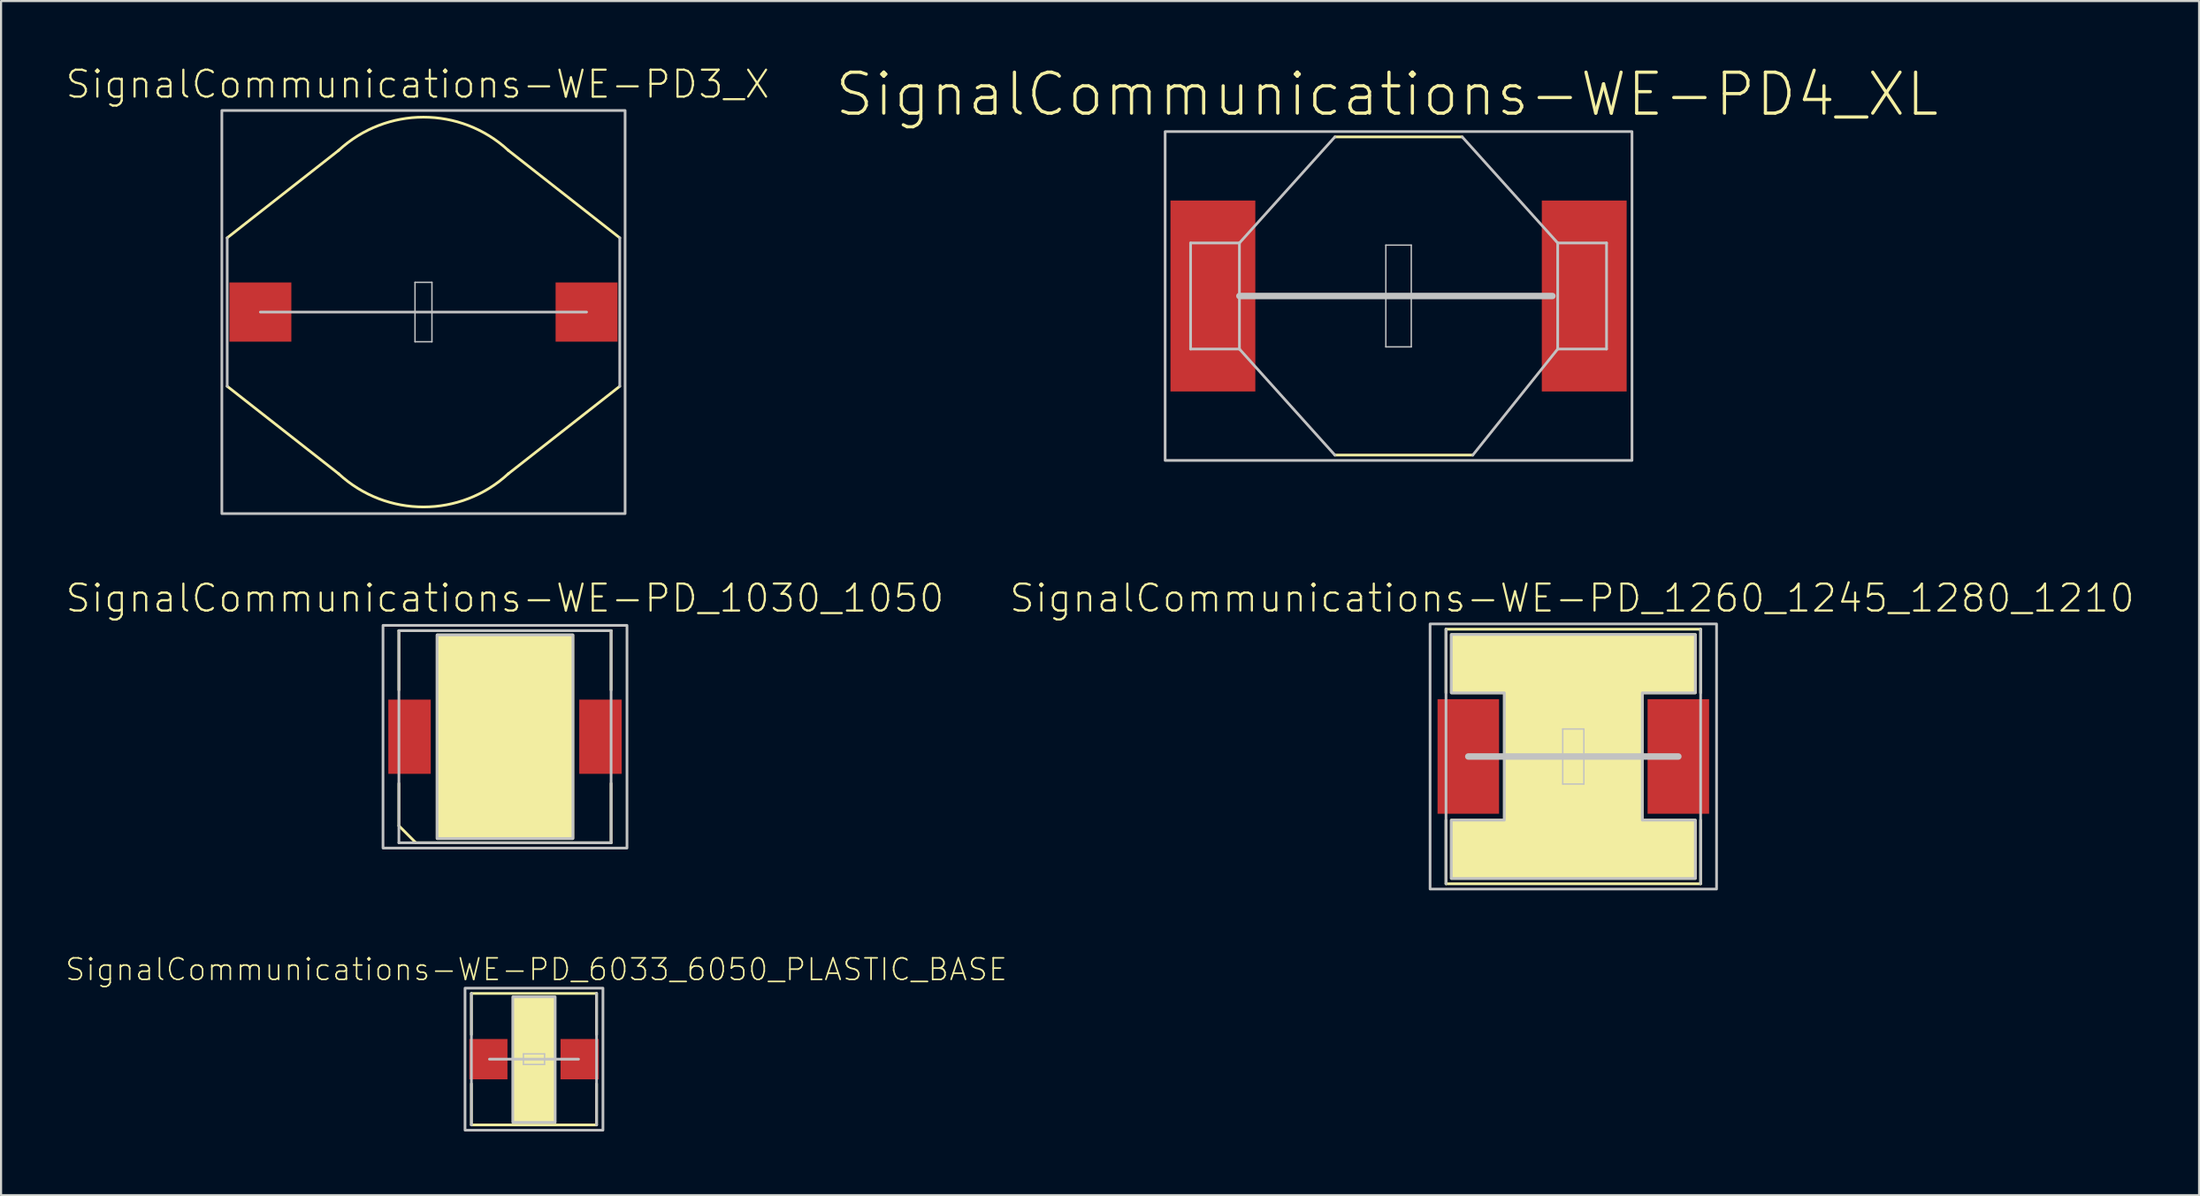
<source format=kicad_pcb>
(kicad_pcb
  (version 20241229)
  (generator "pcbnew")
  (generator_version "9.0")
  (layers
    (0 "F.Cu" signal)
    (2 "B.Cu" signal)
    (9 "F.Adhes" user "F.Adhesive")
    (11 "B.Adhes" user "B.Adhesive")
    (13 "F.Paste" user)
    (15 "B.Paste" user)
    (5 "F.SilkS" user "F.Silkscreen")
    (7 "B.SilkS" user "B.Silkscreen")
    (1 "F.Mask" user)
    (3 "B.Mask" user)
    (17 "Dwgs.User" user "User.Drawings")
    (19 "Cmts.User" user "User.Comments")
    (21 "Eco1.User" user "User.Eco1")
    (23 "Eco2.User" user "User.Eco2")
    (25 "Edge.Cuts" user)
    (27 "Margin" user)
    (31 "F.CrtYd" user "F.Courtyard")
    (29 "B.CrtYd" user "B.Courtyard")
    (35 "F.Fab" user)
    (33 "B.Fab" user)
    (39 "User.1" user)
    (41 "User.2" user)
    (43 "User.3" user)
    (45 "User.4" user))
  (footprint "SignalCommunications-WE-PD4_XL"
    (layer "F.Cu")
    (at 62.846 10.901)
    (property "Reference" "SignalCommunications-WE-PD4_XL" (at -0.544 -9.505 0) (layer "F.SilkS") (effects (font (size 1.93 1.93) (thickness 0.152))))
    (attr smd)
    (fp_line (start -3 7.498) (end 3.498 7.498) (stroke (width 0.127) (type solid)) (layer "F.SilkS"))
    (fp_line (start 3 -7.498) (end -3 -7.498) (stroke (width 0.127) (type solid)) (layer "F.SilkS"))
    (fp_line (start -9.799 -2.499) (end -9.799 2.499) (stroke (width 0.127) (type solid)) (layer "Dwgs.User"))
    (fp_line (start -9.799 2.499) (end -7.498 2.499) (stroke (width 0.127) (type solid)) (layer "Dwgs.User"))
    (fp_line (start -7.498 -2.499) (end -9.799 -2.499) (stroke (width 0.127) (type solid)) (layer "Dwgs.User"))
    (fp_line (start -7.498 0) (end -7.498 -2.499) (stroke (width 0.127) (type solid)) (layer "Dwgs.User"))
    (fp_line (start -7.498 0) (end 7.249 0) (stroke (width 0.305) (type solid)) (layer "Dwgs.User"))
    (fp_line (start -7.498 2.499) (end -7.498 0) (stroke (width 0.127) (type solid)) (layer "Dwgs.User"))
    (fp_line (start -7.498 2.499) (end -3 7.498) (stroke (width 0.127) (type solid)) (layer "Dwgs.User"))
    (fp_line (start -3 -7.498) (end -7.498 -2.499) (stroke (width 0.127) (type solid)) (layer "Dwgs.User"))
    (fp_line (start -0.599 -2.398) (end 0.599 -2.398) (stroke (width 0.066) (type solid)) (layer "Dwgs.User"))
    (fp_line (start -0.599 2.398) (end -0.599 -2.398) (stroke (width 0.066) (type solid)) (layer "Dwgs.User"))
    (fp_line (start -0.599 2.398) (end 0.599 2.398) (stroke (width 0.066) (type solid)) (layer "Dwgs.User"))
    (fp_line (start 0.599 2.398) (end 0.599 -2.398) (stroke (width 0.066) (type solid)) (layer "Dwgs.User"))
    (fp_line (start 3.498 7.498) (end 7.498 2.499) (stroke (width 0.127) (type solid)) (layer "Dwgs.User"))
    (fp_line (start 7.498 -2.499) (end 3 -7.498) (stroke (width 0.127) (type solid)) (layer "Dwgs.User"))
    (fp_line (start 7.498 -2.499) (end 9.799 -2.499) (stroke (width 0.127) (type solid)) (layer "Dwgs.User"))
    (fp_line (start 7.498 2.499) (end 7.498 -2.499) (stroke (width 0.127) (type solid)) (layer "Dwgs.User"))
    (fp_line (start 9.799 -2.499) (end 9.799 2.499) (stroke (width 0.127) (type solid)) (layer "Dwgs.User"))
    (fp_line (start 9.799 2.499) (end 7.498 2.499) (stroke (width 0.127) (type solid)) (layer "Dwgs.User"))
    (fp_poly (pts (xy -10.998 -7.75) (xy 10.998 -7.75) (xy 10.998 7.75) (xy -10.998 7.75) (xy -10.998 -7.75)) (stroke (width 0.127) (type solid)) (fill no) (layer "Dwgs.User"))
    (pad "1" smd rect (at -8.748 0 90) (size 8.999 3.998) (layers "F.Cu" "F.Mask" "F.Paste"))
    (pad "2" smd rect (at 8.748 0 90) (size 8.999 3.998) (layers "F.Cu" "F.Mask" "F.Paste")))
  (footprint "SignalCommunications-WE-PD3_X"
    (layer "F.Cu")
    (at 16.903 11.658)
    (property "Reference" "SignalCommunications-WE-PD3_X" (at -0.277 -10.737 0) (layer "F.SilkS") (effects (font (size 1.27 1.27) (thickness 0.102))))
    (attr smd)
    (fp_line (start -9.248 -3.498) (end -3.998 -7.62) (stroke (width 0.127) (type solid)) (layer "F.SilkS"))
    (fp_line (start -9.248 3.498) (end -3.998 7.62) (stroke (width 0.127) (type solid)) (layer "F.SilkS"))
    (fp_line (start 9.248 -3.498) (end 3.998 -7.62) (stroke (width 0.127) (type solid)) (layer "F.SilkS"))
    (fp_line (start 9.248 3.498) (end 3.998 7.62) (stroke (width 0.127) (type solid)) (layer "F.SilkS"))
    (fp_arc (start -3.99796 -7.62) (mid -0.003006 -9.185948) (end 3.993545 -7.624081) (stroke (width 0.127) (type solid)) (layer "F.SilkS"))
    (fp_arc (start 3.99796 7.62) (mid 0.003006 9.185948) (end -3.993545 7.624081) (stroke (width 0.127) (type solid)) (layer "F.SilkS"))
    (fp_line (start -9.248 3.498) (end -9.248 -3.498) (stroke (width 0.127) (type solid)) (layer "Dwgs.User"))
    (fp_line (start -7.684 0) (end 7.684 0) (stroke (width 0.127) (type solid)) (layer "Dwgs.User"))
    (fp_line (start -0.399 -1.4) (end 0.399 -1.4) (stroke (width 0.066) (type solid)) (layer "Dwgs.User"))
    (fp_line (start -0.399 1.4) (end -0.399 -1.4) (stroke (width 0.066) (type solid)) (layer "Dwgs.User"))
    (fp_line (start -0.399 1.4) (end 0.399 1.4) (stroke (width 0.066) (type solid)) (layer "Dwgs.User"))
    (fp_line (start 0.399 1.4) (end 0.399 -1.4) (stroke (width 0.066) (type solid)) (layer "Dwgs.User"))
    (fp_line (start 9.248 3.498) (end 9.248 -3.498) (stroke (width 0.127) (type solid)) (layer "Dwgs.User"))
    (fp_poly (pts (xy -9.5 -9.5) (xy 9.5 -9.5) (xy 9.5 9.5) (xy -9.5 9.5) (xy -9.5 -9.5)) (stroke (width 0.127) (type solid)) (fill no) (layer "Dwgs.User"))
    (pad "1" smd rect (at -7.684 0 90) (size 2.789 2.918) (layers "F.Cu" "F.Mask" "F.Paste"))
    (pad "2" smd rect (at 7.684 0 90) (size 2.789 2.918) (layers "F.Cu" "F.Mask" "F.Paste")))
  (footprint "SignalCommunications-WE-PD_1030_1050"
    (layer "F.Cu")
    (at 20.744 31.673)
    (property "Reference" "SignalCommunications-WE-PD_1030_1050" (at -0.005 -6.53 0) (layer "F.SilkS") (effects (font (size 1.27 1.27) (thickness 0.102))))
    (attr smd)
    (fp_line (start -4.999 -4.999) (end 4.999 -4.999) (stroke (width 0.127) (type solid)) (layer "F.SilkS"))
    (fp_line (start -4.999 -2.2) (end -4.999 -4.999) (stroke (width 0.127) (type solid)) (layer "F.SilkS"))
    (fp_line (start -4.999 4.199) (end -4.999 2.2) (stroke (width 0.127) (type solid)) (layer "F.SilkS"))
    (fp_line (start -4.199 4.999) (end -4.999 4.199) (stroke (width 0.127) (type solid)) (layer "F.SilkS"))
    (fp_line (start 4.999 -4.999) (end 4.999 -2.2) (stroke (width 0.127) (type solid)) (layer "F.SilkS"))
    (fp_line (start 4.999 2.2) (end 4.999 4.999) (stroke (width 0.127) (type solid)) (layer "F.SilkS"))
    (fp_line (start 4.999 4.999) (end -4.199 4.999) (stroke (width 0.127) (type solid)) (layer "F.SilkS"))
    (fp_poly (pts (xy -3.198 -4.798) (xy 3.198 -4.798) (xy 3.198 4.798) (xy -3.198 4.798) (xy -3.198 -4.798)) (stroke (width 0.127) (type solid)) (fill yes) (layer "F.SilkS"))
    (fp_line (start -4.999 -4.999) (end -4.999 4.999) (stroke (width 0.127) (type solid)) (layer "Dwgs.User"))
    (fp_line (start -4.999 4.999) (end 4.999 4.999) (stroke (width 0.127) (type solid)) (layer "Dwgs.User"))
    (fp_line (start 4.999 -4.999) (end -4.999 -4.999) (stroke (width 0.127) (type solid)) (layer "Dwgs.User"))
    (fp_line (start 4.999 4.999) (end 4.999 -4.999) (stroke (width 0.127) (type solid)) (layer "Dwgs.User"))
    (fp_poly (pts (xy -5.748 -5.248) (xy 5.748 -5.248) (xy 5.748 5.248) (xy -5.748 5.248) (xy -5.748 -5.248)) (stroke (width 0.127) (type solid)) (fill no) (layer "Dwgs.User"))
    (fp_poly (pts (xy -3.099 -4.798) (xy 3.198 -4.798) (xy 3.198 4.798) (xy -3.198 4.798) (xy -3.198 -4.798) (xy -3.099 -4.798)) (stroke (width 0.127) (type solid)) (fill no) (layer "Dwgs.User"))
    (pad "1" smd rect (at -4.498 0) (size 1.999 3.498) (layers "F.Cu" "F.Mask" "F.Paste"))
    (pad "2" smd rect (at 4.498 0) (size 1.999 3.498) (layers "F.Cu" "F.Mask" "F.Paste")))
  (footprint "SignalCommunications-WE-PD_6033_6050_PLASTIC_BASE"
    (layer "F.Cu")
    (at 22.11 46.871)
    (property "Reference" "SignalCommunications-WE-PD_6033_6050_PLASTIC_BASE" (at 0.109 -4.227 0) (layer "F.SilkS") (effects (font (size 1.016 1.016) (thickness 0.076))))
    (attr smd)
    (fp_line (start -2.949 -3.099) (end 2.949 -3.099) (stroke (width 0.127) (type solid)) (layer "F.SilkS"))
    (fp_line (start -2.949 -1.158) (end -2.949 -3.099) (stroke (width 0.127) (type solid)) (layer "F.SilkS"))
    (fp_line (start -2.949 1.158) (end -2.949 3.099) (stroke (width 0.127) (type solid)) (layer "F.SilkS"))
    (fp_line (start 2.949 -1.158) (end 2.949 -3.099) (stroke (width 0.127) (type solid)) (layer "F.SilkS"))
    (fp_line (start 2.949 1.158) (end 2.949 3.099) (stroke (width 0.127) (type solid)) (layer "F.SilkS"))
    (fp_line (start 2.949 3.099) (end -2.949 3.099) (stroke (width 0.127) (type solid)) (layer "F.SilkS"))
    (fp_poly (pts (xy -0.968 -2.918) (xy 0.978 -2.918) (xy 0.978 2.969) (xy -0.978 2.969) (xy -0.978 -2.929) (xy -0.968 -2.918)) (stroke (width 0.127) (type solid)) (fill yes) (layer "F.SilkS"))
    (fp_line (start -2.949 3.099) (end -2.949 -3.099) (stroke (width 0.127) (type solid)) (layer "Dwgs.User"))
    (fp_line (start -2.098 0) (end 2.098 0) (stroke (width 0.127) (type solid)) (layer "Dwgs.User"))
    (fp_line (start -0.498 -0.249) (end 0.498 -0.249) (stroke (width 0.066) (type solid)) (layer "Dwgs.User"))
    (fp_line (start -0.498 0.249) (end -0.498 -0.249) (stroke (width 0.066) (type solid)) (layer "Dwgs.User"))
    (fp_line (start -0.498 0.249) (end 0.498 0.249) (stroke (width 0.066) (type solid)) (layer "Dwgs.User"))
    (fp_line (start 0.498 0.249) (end 0.498 -0.249) (stroke (width 0.066) (type solid)) (layer "Dwgs.User"))
    (fp_line (start 2.949 -3.099) (end 2.949 3.099) (stroke (width 0.127) (type solid)) (layer "Dwgs.User"))
    (fp_poly (pts (xy -3.249 -3.348) (xy 3.249 -3.348) (xy 3.249 3.348) (xy -3.249 3.348) (xy -3.249 -3.348)) (stroke (width 0.127) (type solid)) (fill no) (layer "Dwgs.User"))
    (fp_poly (pts (xy -0.958 -2.939) (xy 0.998 -2.939) (xy 0.998 2.979) (xy -0.998 2.979) (xy -0.998 -2.939) (xy -0.958 -2.939)) (stroke (width 0.127) (type solid)) (fill no) (layer "Dwgs.User"))
    (pad "1" smd rect (at -2.149 0) (size 1.798 1.9) (layers "F.Cu" "F.Mask" "F.Paste"))
    (pad "2" smd rect (at 2.149 0) (size 1.798 1.9) (layers "F.Cu" "F.Mask" "F.Paste")))
  (footprint "SignalCommunications-WE-PD_1260_1245_1280_1210"
    (layer "F.Cu")
    (at 71.08 32.605)
    (property "Reference" "SignalCommunications-WE-PD_1260_1245_1280_1210" (at -0.058 -7.463 0) (layer "F.SilkS") (effects (font (size 1.27 1.27) (thickness 0.102))))
    (attr smd)
    (fp_line (start -5.999 -3) (end -5.999 -5.999) (stroke (width 0.127) (type solid)) (layer "F.SilkS"))
    (fp_line (start -5.999 3) (end -5.999 5.999) (stroke (width 0.127) (type solid)) (layer "F.SilkS"))
    (fp_line (start -5.999 5.999) (end 5.999 5.999) (stroke (width 0.127) (type solid)) (layer "F.SilkS"))
    (fp_line (start 5.999 -5.999) (end -5.999 -5.999) (stroke (width 0.127) (type solid)) (layer "F.SilkS"))
    (fp_line (start 5.999 -3) (end 5.999 -5.999) (stroke (width 0.127) (type solid)) (layer "F.SilkS"))
    (fp_line (start 5.999 3) (end 5.999 5.999) (stroke (width 0.127) (type solid)) (layer "F.SilkS"))
    (fp_poly (pts (xy -5.748 -5.748) (xy 5.748 -5.748) (xy 5.748 -3) (xy 3.249 -3) (xy 3.249 3) (xy 5.748 3) (xy 5.748 5.748) (xy -5.748 5.748) (xy -5.748 3) (xy -3.249 3) (xy -3.249 -3) (xy -5.748 -3) (xy -5.748 -5.748)) (stroke (width 0.127) (type solid)) (fill yes) (layer "F.SilkS"))
    (fp_line (start -5.999 -5.999) (end -5.999 5.999) (stroke (width 0.127) (type solid)) (layer "Dwgs.User"))
    (fp_line (start -0.498 -1.298) (end 0.498 -1.298) (stroke (width 0.066) (type solid)) (layer "Dwgs.User"))
    (fp_line (start -0.498 1.298) (end -0.498 -1.298) (stroke (width 0.066) (type solid)) (layer "Dwgs.User"))
    (fp_line (start -0.498 1.298) (end 0.498 1.298) (stroke (width 0.066) (type solid)) (layer "Dwgs.User"))
    (fp_line (start 0.498 1.298) (end 0.498 -1.298) (stroke (width 0.066) (type solid)) (layer "Dwgs.User"))
    (fp_line (start 4.948 0) (end -4.948 0) (stroke (width 0.305) (type solid)) (layer "Dwgs.User"))
    (fp_line (start 5.999 5.999) (end 5.999 -5.999) (stroke (width 0.127) (type solid)) (layer "Dwgs.User"))
    (fp_poly (pts (xy -6.749 -6.248) (xy 6.749 -6.248) (xy 6.749 6.248) (xy -6.749 6.248) (xy -6.749 -6.248)) (stroke (width 0.127) (type solid)) (fill no) (layer "Dwgs.User"))
    (fp_poly (pts (xy -5.748 -5.748) (xy 5.748 -5.748) (xy 5.748 -3) (xy 3.249 -3) (xy 3.249 3) (xy 5.748 3) (xy 5.748 5.748) (xy -5.748 5.748) (xy -5.748 3) (xy -3.249 3) (xy -3.249 -3) (xy -5.748 -3) (xy -5.748 -5.748)) (stroke (width 0.127) (type solid)) (fill no) (layer "Dwgs.User"))
    (pad "1" smd rect (at -4.948 0 90) (size 5.397 2.898) (layers "F.Cu" "F.Mask" "F.Paste"))
    (pad "2" smd rect (at 4.948 0 90) (size 5.397 2.898) (layers "F.Cu" "F.Mask" "F.Paste")))
  (gr_rect
    (start -3 -3)
    (end 100.565 53.282)
    (stroke (width 0.1) (type default))
    (fill no)
    (layer "Edge.Cuts")))
</source>
